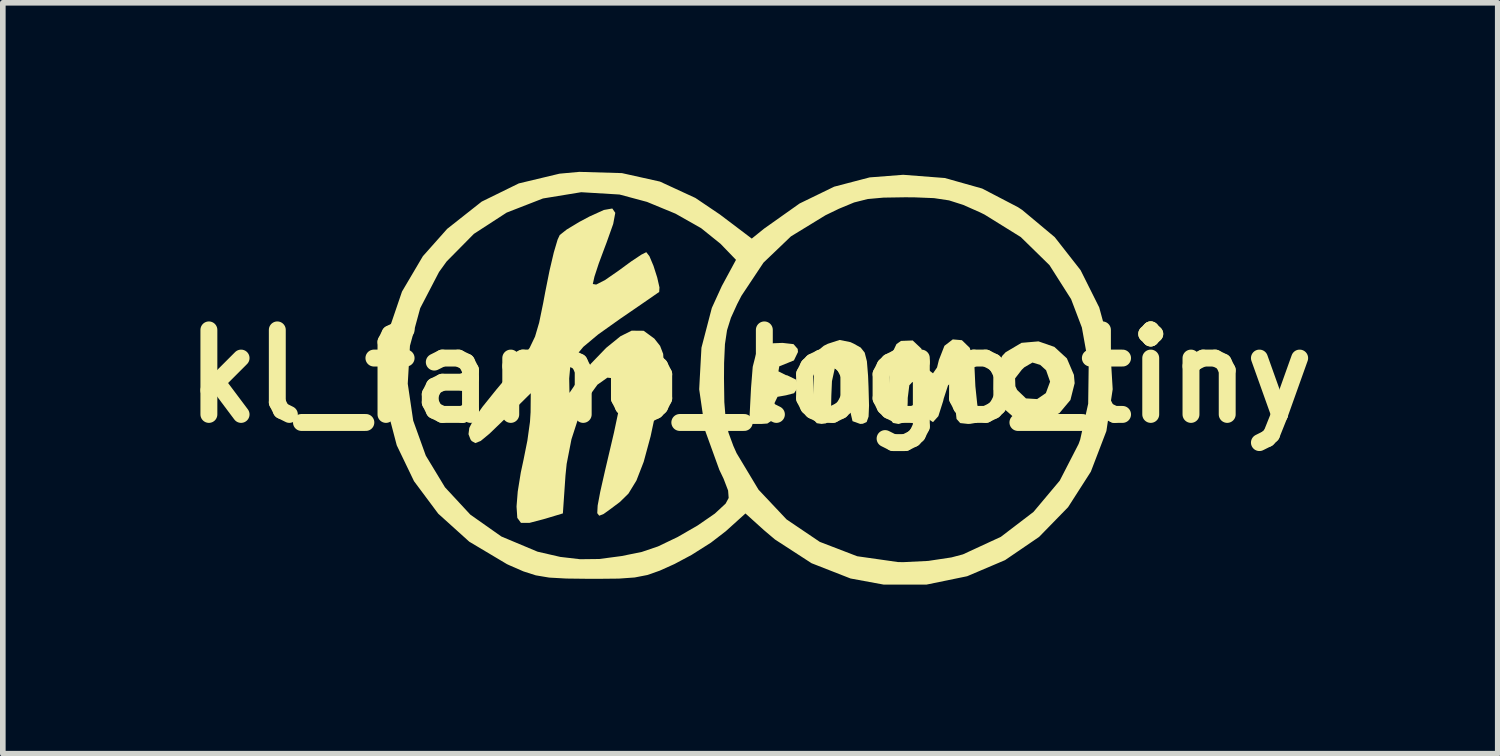
<source format=kicad_pcb>
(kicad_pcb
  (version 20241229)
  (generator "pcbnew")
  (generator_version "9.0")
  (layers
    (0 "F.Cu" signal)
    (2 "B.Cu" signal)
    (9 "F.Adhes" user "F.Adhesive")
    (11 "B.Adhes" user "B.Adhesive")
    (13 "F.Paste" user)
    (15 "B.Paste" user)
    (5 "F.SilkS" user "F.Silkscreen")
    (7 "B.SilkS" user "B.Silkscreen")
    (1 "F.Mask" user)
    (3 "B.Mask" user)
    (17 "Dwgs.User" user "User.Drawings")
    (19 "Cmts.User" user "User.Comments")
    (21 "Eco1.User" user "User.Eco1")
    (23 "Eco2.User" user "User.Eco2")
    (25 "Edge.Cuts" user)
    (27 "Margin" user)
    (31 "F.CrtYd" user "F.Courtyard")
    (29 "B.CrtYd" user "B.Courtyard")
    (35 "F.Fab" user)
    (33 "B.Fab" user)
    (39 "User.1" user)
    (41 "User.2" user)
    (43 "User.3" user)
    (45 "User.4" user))
  (footprint "kl_famo_logo_tiny"
    (layer "F.Cu")
    (at 10.264 3.626)
    (property "Reference" "kl_famo_logo_tiny" (at 0 0 0) (layer "F.SilkS") (effects (font (size 1.5 1.5) (thickness 0.3))))
    (attr exclude_from_pos_files exclude_from_bom allow_missing_courtyard)
    (fp_poly (pts (xy 0.768 -0.569) (xy 0.842 -0.484) (xy 0.847 -0.429) (xy 0.775 -0.28) (xy 0.674 -0.239) (xy 0.515 -0.175) (xy 0.5 -0.086) (xy 0.633 -0.019) (xy 0.656 -0.015) (xy 0.815 0.062) (xy 0.854 0.189) (xy 0.778 0.302) (xy 0.635 0.339) (xy 0.484 0.366) (xy 0.428 0.482) (xy 0.423 0.593) (xy 0.401 0.774) (xy 0.304 0.84) (xy 0.202 0.847) (xy -0.019 0.847) (xy 0.014 0.207) (xy 0.044 -0.167) (xy 0.104 -0.403) (xy 0.216 -0.531) (xy 0.4 -0.584) (xy 0.572 -0.591)) (stroke (width 0) (type solid)) (fill yes) (layer "F.SilkS"))
    (fp_poly (pts (xy 5.397 -0.52) (xy 5.619 -0.316) (xy 5.744 -0.023) (xy 5.757 0.124) (xy 5.682 0.422) (xy 5.487 0.655) (xy 5.216 0.796) (xy 4.913 0.82) (xy 4.699 0.749) (xy 4.447 0.528) (xy 4.32 0.238) (xy 4.324 0.039) (xy 4.7 0.039) (xy 4.705 0.178) (xy 4.736 0.244) (xy 4.893 0.394) (xy 5.091 0.406) (xy 5.246 0.3) (xy 5.321 0.097) (xy 5.25 -0.106) (xy 5.145 -0.201) (xy 5.008 -0.242) (xy 4.864 -0.158) (xy 4.819 -0.115) (xy 4.7 0.039) (xy 4.324 0.039) (xy 4.326 -0.073) (xy 4.471 -0.36) (xy 4.532 -0.425) (xy 4.814 -0.592) (xy 5.115 -0.618)) (stroke (width 0) (type solid)) (fill yes) (layer "F.SilkS"))
    (fp_poly (pts (xy 1.779 -0.604) (xy 1.841 -0.575) (xy 1.96 -0.508) (xy 2.031 -0.418) (xy 2.07 -0.265) (xy 2.091 -0.006) (xy 2.099 0.191) (xy 2.108 0.521) (xy 2.1 0.717) (xy 2.066 0.813) (xy 1.998 0.844) (xy 1.951 0.847) (xy 1.815 0.798) (xy 1.778 0.64) (xy 1.747 0.461) (xy 1.693 0.381) (xy 1.618 0.256) (xy 1.624 0.09) (xy 1.708 -0.022) (xy 1.714 -0.025) (xy 1.776 -0.086) (xy 1.722 -0.168) (xy 1.594 -0.24) (xy 1.503 -0.152) (xy 1.45 0.089) (xy 1.439 0.344) (xy 1.433 0.625) (xy 1.406 0.777) (xy 1.344 0.837) (xy 1.266 0.847) (xy 1.18 0.834) (xy 1.13 0.774) (xy 1.111 0.631) (xy 1.112 0.371) (xy 1.118 0.191) (xy 1.135 -0.142) (xy 1.162 -0.347) (xy 1.215 -0.465) (xy 1.306 -0.54) (xy 1.376 -0.575) (xy 1.585 -0.643)) (stroke (width 0) (type solid)) (fill yes) (layer "F.SilkS"))
    (fp_poly (pts (xy 3.756 -0.639) (xy 3.895 -0.504) (xy 3.974 -0.256) (xy 3.98 -0.145) (xy 3.995 0.177) (xy 4.028 0.494) (xy 4.034 0.529) (xy 4.058 0.736) (xy 4.023 0.825) (xy 3.9 0.846) (xy 3.863 0.847) (xy 3.726 0.832) (xy 3.661 0.759) (xy 3.642 0.581) (xy 3.641 0.466) (xy 3.623 0.2) (xy 3.575 0.099) (xy 3.509 0.165) (xy 3.433 0.399) (xy 3.424 0.439) (xy 3.338 0.71) (xy 3.243 0.815) (xy 3.146 0.752) (xy 3.054 0.52) (xy 3.041 0.472) (xy 2.955 0.204) (xy 2.879 0.101) (xy 2.823 0.161) (xy 2.795 0.385) (xy 2.794 0.466) (xy 2.783 0.704) (xy 2.737 0.816) (xy 2.637 0.847) (xy 2.625 0.847) (xy 2.532 0.829) (xy 2.481 0.75) (xy 2.46 0.573) (xy 2.456 0.318) (xy 2.471 -0.115) (xy 2.515 -0.403) (xy 2.595 -0.57) (xy 2.675 -0.626) (xy 2.883 -0.634) (xy 3.035 -0.491) (xy 3.092 -0.333) (xy 3.165 -0.11) (xy 3.243 -0.051) (xy 3.315 -0.155) (xy 3.348 -0.288) (xy 3.446 -0.539) (xy 3.594 -0.653)) (stroke (width 0) (type solid)) (fill yes) (layer "F.SilkS"))
    (fp_poly (pts (xy -2.395 -2.899) (xy -2.432 -2.702) (xy -2.55 -2.37) (xy -2.58 -2.291) (xy -2.688 -2.001) (xy -2.765 -1.766) (xy -2.794 -1.636) (xy -2.734 -1.626) (xy -2.576 -1.707) (xy -2.352 -1.862) (xy -2.349 -1.864) (xy -2.114 -2.036) (xy -1.932 -2.157) (xy -1.845 -2.201) (xy -1.789 -2.129) (xy -1.717 -1.958) (xy -1.651 -1.751) (xy -1.611 -1.575) (xy -1.616 -1.495) (xy -1.697 -1.439) (xy -1.885 -1.309) (xy -2.147 -1.129) (xy -2.312 -1.016) (xy -2.7 -0.74) (xy -2.962 -0.521) (xy -3.12 -0.332) (xy -3.196 -0.149) (xy -3.213 0.04) (xy -3.208 0.296) (xy -3.065 0.085) (xy -2.825 -0.225) (xy -2.558 -0.502) (xy -2.303 -0.709) (xy -2.105 -0.808) (xy -1.891 -0.806) (xy -1.703 -0.668) (xy -1.6 -0.538) (xy -1.545 -0.395) (xy -1.535 -0.2) (xy -1.57 0.083) (xy -1.64 0.466) (xy -1.768 1.066) (xy -1.891 1.52) (xy -2.02 1.852) (xy -2.162 2.084) (xy -2.313 2.232) (xy -2.481 2.358) (xy -2.602 2.445) (xy -2.68 2.476) (xy -2.715 2.431) (xy -2.708 2.296) (xy -2.662 2.051) (xy -2.578 1.68) (xy -2.457 1.165) (xy -2.418 0.999) (xy -2.33 0.583) (xy -2.293 0.303) (xy -2.306 0.132) (xy -2.368 0.044) (xy -2.369 0.043) (xy -2.535 0.026) (xy -2.712 0.151) (xy -2.886 0.392) (xy -3.045 0.724) (xy -3.173 1.12) (xy -3.258 1.556) (xy -3.279 1.763) (xy -3.325 2.435) (xy -3.641 2.53) (xy -3.917 2.603) (xy -4.069 2.603) (xy -4.134 2.514) (xy -4.147 2.319) (xy -4.147 2.307) (xy -4.126 2.046) (xy -4.072 1.71) (xy -4.023 1.482) (xy -3.955 1.142) (xy -3.909 0.811) (xy -3.898 0.638) (xy -3.895 0.302) (xy -4.383 0.785) (xy -4.627 1.02) (xy -4.783 1.149) (xy -4.879 1.187) (xy -4.943 1.151) (xy -4.965 1.121) (xy -5 1.029) (xy -4.986 0.918) (xy -4.907 0.763) (xy -4.752 0.544) (xy -4.507 0.239) (xy -4.252 -0.065) (xy -4.052 -0.308) (xy -3.914 -0.505) (xy -3.819 -0.703) (xy -3.746 -0.951) (xy -3.675 -1.296) (xy -3.638 -1.494) (xy -3.562 -1.874) (xy -3.486 -2.197) (xy -3.419 -2.423) (xy -3.381 -2.505) (xy -3.257 -2.603) (xy -3.035 -2.737) (xy -2.851 -2.835) (xy -2.597 -2.95) (xy -2.448 -2.976)) (stroke (width 0) (type solid)) (fill yes) (layer "F.SilkS"))
    (fp_poly (pts (xy -2.277 -3.604) (xy -1.603 -3.454) (xy -0.973 -3.163) (xy -0.539 -2.87) (xy 0.027 -2.442) (xy 0.246 -2.619) (xy 0.876 -3.065) (xy 1.489 -3.363) (xy 2.119 -3.528) (xy 2.714 -3.574) (xy 3.453 -3.517) (xy 4.116 -3.33) (xy 4.75 -3) (xy 4.826 -2.95) (xy 5.403 -2.468) (xy 5.862 -1.882) (xy 6.193 -1.22) (xy 6.387 -0.507) (xy 6.432 0.231) (xy 6.321 0.968) (xy 6.32 0.974) (xy 6.044 1.695) (xy 5.64 2.325) (xy 5.126 2.852) (xy 4.522 3.264) (xy 3.849 3.55) (xy 3.125 3.699) (xy 2.371 3.699) (xy 1.78 3.59) (xy 1.088 3.319) (xy 0.439 2.898) (xy 0.243 2.732) (xy -0.085 2.436) (xy -0.434 2.751) (xy -0.699 2.955) (xy -1.042 3.172) (xy -1.344 3.333) (xy -1.606 3.451) (xy -1.825 3.528) (xy -2.051 3.572) (xy -2.333 3.592) (xy -2.723 3.596) (xy -2.836 3.596) (xy -3.262 3.591) (xy -3.568 3.574) (xy -3.806 3.534) (xy -4.025 3.464) (xy -4.277 3.354) (xy -4.318 3.335) (xy -4.986 2.937) (xy -5.537 2.44) (xy -5.967 1.863) (xy -6.273 1.227) (xy -6.45 0.552) (xy -6.478 0.133) (xy -6.078 0.133) (xy -5.981 0.789) (xy -5.758 1.409) (xy -5.417 1.972) (xy -4.967 2.457) (xy -4.416 2.845) (xy -3.775 3.114) (xy -3.371 3.207) (xy -3.02 3.248) (xy -2.679 3.244) (xy -2.286 3.192) (xy -1.926 3.119) (xy -1.637 3.021) (xy -1.287 2.853) (xy -0.932 2.648) (xy -0.628 2.438) (xy -0.437 2.261) (xy -0.383 2.161) (xy -0.393 2.029) (xy -0.473 1.82) (xy -0.549 1.661) (xy -0.8 0.967) (xy -0.906 0.233) (xy -0.896 0.042) (xy -0.466 0.042) (xy -0.46 0.46) (xy -0.436 0.762) (xy -0.386 1.003) (xy -0.3 1.237) (xy -0.243 1.365) (xy 0.147 2.014) (xy 0.645 2.542) (xy 1.234 2.94) (xy 1.897 3.195) (xy 2.62 3.298) (xy 2.715 3.3) (xy 3.158 3.278) (xy 3.57 3.216) (xy 3.774 3.162) (xy 4.447 2.851) (xy 5.026 2.409) (xy 5.492 1.854) (xy 5.827 1.203) (xy 5.855 1.125) (xy 5.997 0.489) (xy 6.006 -0.192) (xy 5.885 -0.864) (xy 5.694 -1.367) (xy 5.31 -1.971) (xy 4.801 -2.469) (xy 4.158 -2.868) (xy 4.079 -2.907) (xy 3.779 -3.04) (xy 3.528 -3.12) (xy 3.261 -3.16) (xy 2.913 -3.174) (xy 2.747 -3.175) (xy 2.364 -3.169) (xy 2.085 -3.144) (xy 1.843 -3.083) (xy 1.575 -2.972) (xy 1.335 -2.856) (xy 0.722 -2.481) (xy 0.235 -2.015) (xy -0.156 -1.427) (xy -0.232 -1.28) (xy -0.343 -1.036) (xy -0.412 -0.816) (xy -0.449 -0.568) (xy -0.464 -0.237) (xy -0.466 0.042) (xy -0.896 0.042) (xy -0.866 -0.505) (xy -0.682 -1.211) (xy -0.505 -1.599) (xy -0.253 -2.065) (xy -0.528 -2.35) (xy -0.872 -2.627) (xy -1.326 -2.884) (xy -1.832 -3.093) (xy -2.32 -3.224) (xy -3 -3.265) (xy -3.678 -3.154) (xy -4.323 -2.903) (xy -4.904 -2.526) (xy -5.388 -2.036) (xy -5.523 -1.849) (xy -5.857 -1.207) (xy -6.039 -0.539) (xy -6.078 0.133) (xy -6.478 0.133) (xy -6.497 -0.141) (xy -6.408 -0.833) (xy -6.18 -1.502) (xy -5.81 -2.129) (xy -5.378 -2.615) (xy -4.766 -3.098) (xy -4.108 -3.421) (xy -3.385 -3.594) (xy -3.034 -3.626)) (stroke (width 0) (type solid)) (fill yes) (layer "F.SilkS")))
  (gr_rect
    (start -3 -3)
    (end 23.529 10.325)
    (stroke (width 0.1) (type default))
    (fill no)
    (layer "Edge.Cuts")))
</source>
